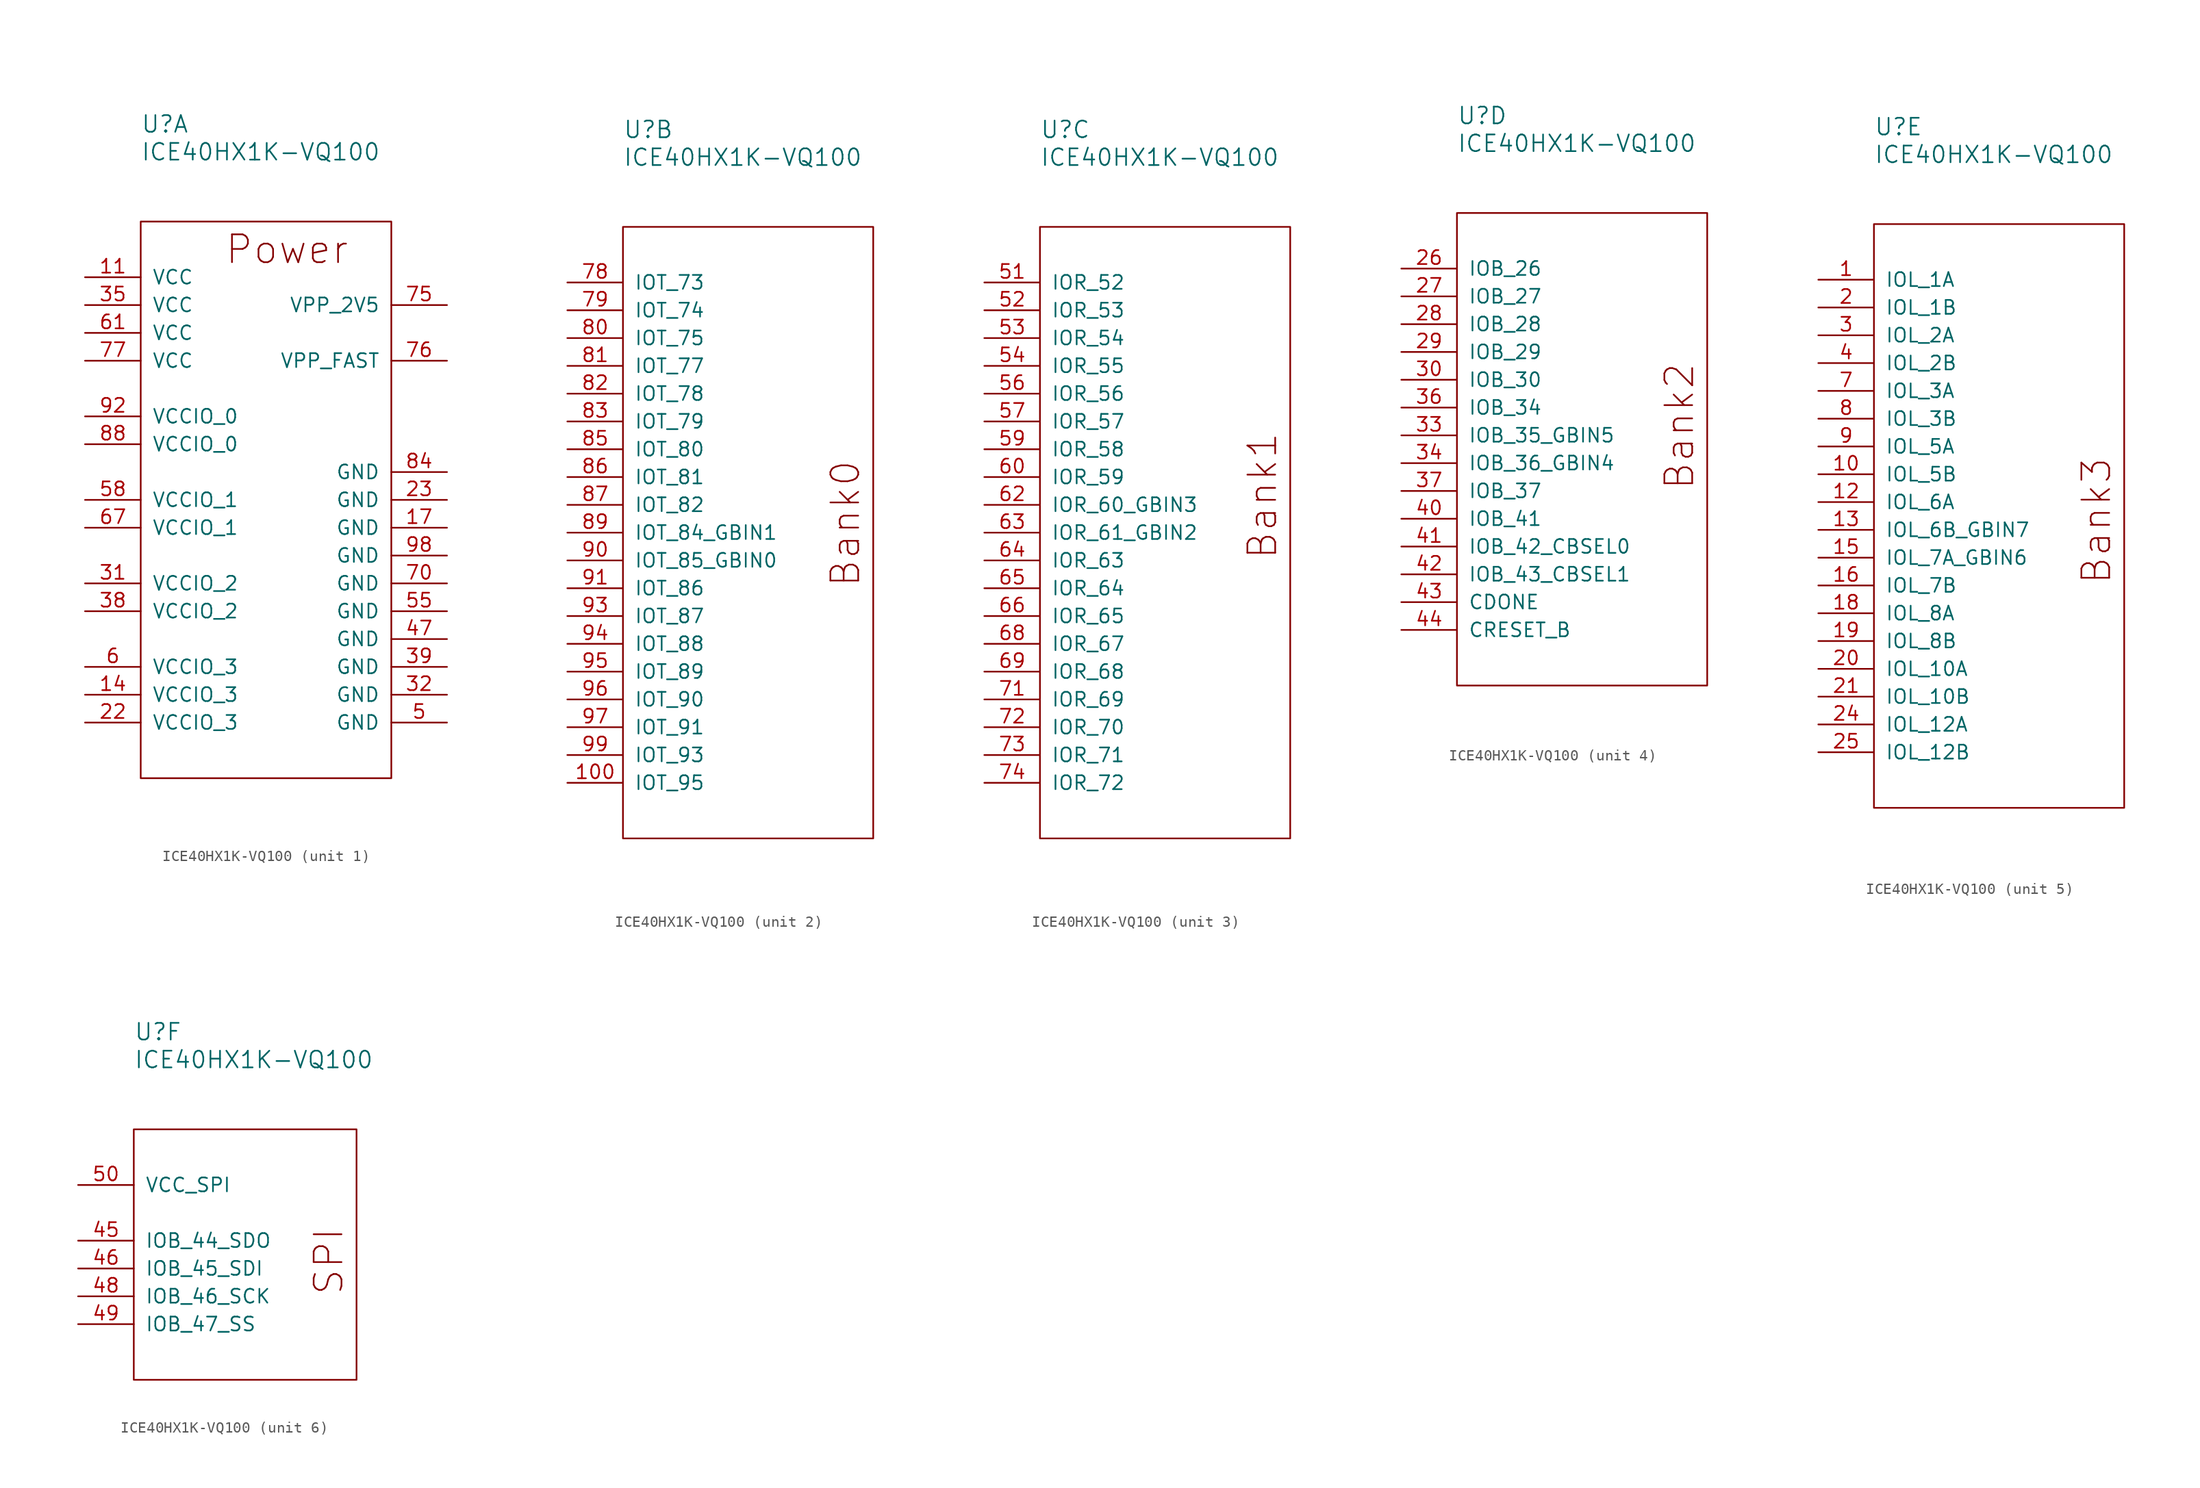
<source format=kicad_sym>
(kicad_symbol_lib
  (version 20211014)
  (generator kicad_symbol_editor)
  (symbol "ICE40HX1K-VQ100"
    (pin_names
      (offset 1.016))
    (property "Reference" "U"
      (at 0 8.89 0)
      (effects (font (size 1.524 1.524)) (justify left)))
    (property "Value" "ICE40HX1K-VQ100"
      (at 0 6.35 0)
      (effects (font (size 1.524 1.524)) (justify left)))
    (property "ki_locked" ""
      (at 0 0 0)
      (effects (font (size 1.27 1.27))))
    (symbol "ICE40HX1K-VQ100_1_0"
      (text "Power" (at 7.62 -2.54 0) (effects (font (size 2.54 2.54)) (justify left))))
    (symbol "ICE40HX1K-VQ100_1_1"
      (rectangle (start 0 0) (end 22.86 -50.8) (stroke (width 0.152) (type default) (color 0 0 0 0)) (fill (type none)))
      (pin passive line (at -5.08 -5.08 0) (length 5.08) (name "VCC" (effects (font (size 1.27 1.27)))) (number "11" (effects (font (size 1.27 1.27)))))
      (pin passive line (at -5.08 -43.18 0) (length 5.08) (name "VCCIO_3" (effects (font (size 1.27 1.27)))) (number "14" (effects (font (size 1.27 1.27)))))
      (pin passive line (at 27.94 -27.94 180) (length 5.08) (name "GND" (effects (font (size 1.27 1.27)))) (number "17" (effects (font (size 1.27 1.27)))))
      (pin passive line (at -5.08 -45.72 0) (length 5.08) (name "VCCIO_3" (effects (font (size 1.27 1.27)))) (number "22" (effects (font (size 1.27 1.27)))))
      (pin passive line (at 27.94 -25.4 180) (length 5.08) (name "GND" (effects (font (size 1.27 1.27)))) (number "23" (effects (font (size 1.27 1.27)))))
      (pin passive line (at -5.08 -33.02 0) (length 5.08) (name "VCCIO_2" (effects (font (size 1.27 1.27)))) (number "31" (effects (font (size 1.27 1.27)))))
      (pin passive line (at 27.94 -43.18 180) (length 5.08) (name "GND" (effects (font (size 1.27 1.27)))) (number "32" (effects (font (size 1.27 1.27)))))
      (pin passive line (at -5.08 -7.62 0) (length 5.08) (name "VCC" (effects (font (size 1.27 1.27)))) (number "35" (effects (font (size 1.27 1.27)))))
      (pin passive line (at -5.08 -35.56 0) (length 5.08) (name "VCCIO_2" (effects (font (size 1.27 1.27)))) (number "38" (effects (font (size 1.27 1.27)))))
      (pin passive line (at 27.94 -40.64 180) (length 5.08) (name "GND" (effects (font (size 1.27 1.27)))) (number "39" (effects (font (size 1.27 1.27)))))
      (pin passive line (at 27.94 -38.1 180) (length 5.08) (name "GND" (effects (font (size 1.27 1.27)))) (number "47" (effects (font (size 1.27 1.27)))))
      (pin passive line (at 27.94 -45.72 180) (length 5.08) (name "GND" (effects (font (size 1.27 1.27)))) (number "5" (effects (font (size 1.27 1.27)))))
      (pin passive line (at 27.94 -35.56 180) (length 5.08) (name "GND" (effects (font (size 1.27 1.27)))) (number "55" (effects (font (size 1.27 1.27)))))
      (pin passive line (at -5.08 -25.4 0) (length 5.08) (name "VCCIO_1" (effects (font (size 1.27 1.27)))) (number "58" (effects (font (size 1.27 1.27)))))
      (pin passive line (at -5.08 -40.64 0) (length 5.08) (name "VCCIO_3" (effects (font (size 1.27 1.27)))) (number "6" (effects (font (size 1.27 1.27)))))
      (pin passive line (at -5.08 -10.16 0) (length 5.08) (name "VCC" (effects (font (size 1.27 1.27)))) (number "61" (effects (font (size 1.27 1.27)))))
      (pin passive line (at -5.08 -27.94 0) (length 5.08) (name "VCCIO_1" (effects (font (size 1.27 1.27)))) (number "67" (effects (font (size 1.27 1.27)))))
      (pin passive line (at 27.94 -33.02 180) (length 5.08) (name "GND" (effects (font (size 1.27 1.27)))) (number "70" (effects (font (size 1.27 1.27)))))
      (pin passive line (at 27.94 -7.62 180) (length 5.08) (name "VPP_2V5" (effects (font (size 1.27 1.27)))) (number "75" (effects (font (size 1.27 1.27)))))
      (pin passive line (at 27.94 -12.7 180) (length 5.08) (name "VPP_FAST" (effects (font (size 1.27 1.27)))) (number "76" (effects (font (size 1.27 1.27)))))
      (pin passive line (at -5.08 -12.7 0) (length 5.08) (name "VCC" (effects (font (size 1.27 1.27)))) (number "77" (effects (font (size 1.27 1.27)))))
      (pin passive line (at 27.94 -22.86 180) (length 5.08) (name "GND" (effects (font (size 1.27 1.27)))) (number "84" (effects (font (size 1.27 1.27)))))
      (pin passive line (at -5.08 -20.32 0) (length 5.08) (name "VCCIO_0" (effects (font (size 1.27 1.27)))) (number "88" (effects (font (size 1.27 1.27)))))
      (pin passive line (at -5.08 -17.78 0) (length 5.08) (name "VCCIO_0" (effects (font (size 1.27 1.27)))) (number "92" (effects (font (size 1.27 1.27)))))
      (pin passive line (at 27.94 -30.48 180) (length 5.08) (name "GND" (effects (font (size 1.27 1.27)))) (number "98" (effects (font (size 1.27 1.27))))))
    (symbol "ICE40HX1K-VQ100_2_0"
      (text "Bank0" (at 20.32 -33.02 900) (effects (font (size 2.54 2.54)) (justify left))))
    (symbol "ICE40HX1K-VQ100_2_1"
      (rectangle (start 0 0) (end 22.86 -55.88) (stroke (width 0.152) (type default) (color 0 0 0 0)) (fill (type none)))
      (pin passive line (at -5.08 -50.8 0) (length 5.08) (name "IOT_95" (effects (font (size 1.27 1.27)))) (number "100" (effects (font (size 1.27 1.27)))))
      (pin passive line (at -5.08 -5.08 0) (length 5.08) (name "IOT_73" (effects (font (size 1.27 1.27)))) (number "78" (effects (font (size 1.27 1.27)))))
      (pin passive line (at -5.08 -7.62 0) (length 5.08) (name "IOT_74" (effects (font (size 1.27 1.27)))) (number "79" (effects (font (size 1.27 1.27)))))
      (pin passive line (at -5.08 -10.16 0) (length 5.08) (name "IOT_75" (effects (font (size 1.27 1.27)))) (number "80" (effects (font (size 1.27 1.27)))))
      (pin passive line (at -5.08 -12.7 0) (length 5.08) (name "IOT_77" (effects (font (size 1.27 1.27)))) (number "81" (effects (font (size 1.27 1.27)))))
      (pin passive line (at -5.08 -15.24 0) (length 5.08) (name "IOT_78" (effects (font (size 1.27 1.27)))) (number "82" (effects (font (size 1.27 1.27)))))
      (pin passive line (at -5.08 -17.78 0) (length 5.08) (name "IOT_79" (effects (font (size 1.27 1.27)))) (number "83" (effects (font (size 1.27 1.27)))))
      (pin passive line (at -5.08 -20.32 0) (length 5.08) (name "IOT_80" (effects (font (size 1.27 1.27)))) (number "85" (effects (font (size 1.27 1.27)))))
      (pin passive line (at -5.08 -22.86 0) (length 5.08) (name "IOT_81" (effects (font (size 1.27 1.27)))) (number "86" (effects (font (size 1.27 1.27)))))
      (pin passive line (at -5.08 -25.4 0) (length 5.08) (name "IOT_82" (effects (font (size 1.27 1.27)))) (number "87" (effects (font (size 1.27 1.27)))))
      (pin passive line (at -5.08 -27.94 0) (length 5.08) (name "IOT_84_GBIN1" (effects (font (size 1.27 1.27)))) (number "89" (effects (font (size 1.27 1.27)))))
      (pin passive line (at -5.08 -30.48 0) (length 5.08) (name "IOT_85_GBIN0" (effects (font (size 1.27 1.27)))) (number "90" (effects (font (size 1.27 1.27)))))
      (pin passive line (at -5.08 -33.02 0) (length 5.08) (name "IOT_86" (effects (font (size 1.27 1.27)))) (number "91" (effects (font (size 1.27 1.27)))))
      (pin passive line (at -5.08 -35.56 0) (length 5.08) (name "IOT_87" (effects (font (size 1.27 1.27)))) (number "93" (effects (font (size 1.27 1.27)))))
      (pin passive line (at -5.08 -38.1 0) (length 5.08) (name "IOT_88" (effects (font (size 1.27 1.27)))) (number "94" (effects (font (size 1.27 1.27)))))
      (pin passive line (at -5.08 -40.64 0) (length 5.08) (name "IOT_89" (effects (font (size 1.27 1.27)))) (number "95" (effects (font (size 1.27 1.27)))))
      (pin passive line (at -5.08 -43.18 0) (length 5.08) (name "IOT_90" (effects (font (size 1.27 1.27)))) (number "96" (effects (font (size 1.27 1.27)))))
      (pin passive line (at -5.08 -45.72 0) (length 5.08) (name "IOT_91" (effects (font (size 1.27 1.27)))) (number "97" (effects (font (size 1.27 1.27)))))
      (pin passive line (at -5.08 -48.26 0) (length 5.08) (name "IOT_93" (effects (font (size 1.27 1.27)))) (number "99" (effects (font (size 1.27 1.27))))))
    (symbol "ICE40HX1K-VQ100_3_0"
      (text "Bank1" (at 20.32 -30.48 900) (effects (font (size 2.54 2.54)) (justify left))))
    (symbol "ICE40HX1K-VQ100_3_1"
      (rectangle (start 0 0) (end 22.86 -55.88) (stroke (width 0.152) (type default) (color 0 0 0 0)) (fill (type none)))
      (pin passive line (at -5.08 -5.08 0) (length 5.08) (name "IOR_52" (effects (font (size 1.27 1.27)))) (number "51" (effects (font (size 1.27 1.27)))))
      (pin passive line (at -5.08 -7.62 0) (length 5.08) (name "IOR_53" (effects (font (size 1.27 1.27)))) (number "52" (effects (font (size 1.27 1.27)))))
      (pin passive line (at -5.08 -10.16 0) (length 5.08) (name "IOR_54" (effects (font (size 1.27 1.27)))) (number "53" (effects (font (size 1.27 1.27)))))
      (pin passive line (at -5.08 -12.7 0) (length 5.08) (name "IOR_55" (effects (font (size 1.27 1.27)))) (number "54" (effects (font (size 1.27 1.27)))))
      (pin passive line (at -5.08 -15.24 0) (length 5.08) (name "IOR_56" (effects (font (size 1.27 1.27)))) (number "56" (effects (font (size 1.27 1.27)))))
      (pin passive line (at -5.08 -17.78 0) (length 5.08) (name "IOR_57" (effects (font (size 1.27 1.27)))) (number "57" (effects (font (size 1.27 1.27)))))
      (pin passive line (at -5.08 -20.32 0) (length 5.08) (name "IOR_58" (effects (font (size 1.27 1.27)))) (number "59" (effects (font (size 1.27 1.27)))))
      (pin passive line (at -5.08 -22.86 0) (length 5.08) (name "IOR_59" (effects (font (size 1.27 1.27)))) (number "60" (effects (font (size 1.27 1.27)))))
      (pin passive line (at -5.08 -25.4 0) (length 5.08) (name "IOR_60_GBIN3" (effects (font (size 1.27 1.27)))) (number "62" (effects (font (size 1.27 1.27)))))
      (pin passive line (at -5.08 -27.94 0) (length 5.08) (name "IOR_61_GBIN2" (effects (font (size 1.27 1.27)))) (number "63" (effects (font (size 1.27 1.27)))))
      (pin passive line (at -5.08 -30.48 0) (length 5.08) (name "IOR_63" (effects (font (size 1.27 1.27)))) (number "64" (effects (font (size 1.27 1.27)))))
      (pin passive line (at -5.08 -33.02 0) (length 5.08) (name "IOR_64" (effects (font (size 1.27 1.27)))) (number "65" (effects (font (size 1.27 1.27)))))
      (pin passive line (at -5.08 -35.56 0) (length 5.08) (name "IOR_65" (effects (font (size 1.27 1.27)))) (number "66" (effects (font (size 1.27 1.27)))))
      (pin passive line (at -5.08 -38.1 0) (length 5.08) (name "IOR_67" (effects (font (size 1.27 1.27)))) (number "68" (effects (font (size 1.27 1.27)))))
      (pin passive line (at -5.08 -40.64 0) (length 5.08) (name "IOR_68" (effects (font (size 1.27 1.27)))) (number "69" (effects (font (size 1.27 1.27)))))
      (pin passive line (at -5.08 -43.18 0) (length 5.08) (name "IOR_69" (effects (font (size 1.27 1.27)))) (number "71" (effects (font (size 1.27 1.27)))))
      (pin passive line (at -5.08 -45.72 0) (length 5.08) (name "IOR_70" (effects (font (size 1.27 1.27)))) (number "72" (effects (font (size 1.27 1.27)))))
      (pin passive line (at -5.08 -48.26 0) (length 5.08) (name "IOR_71" (effects (font (size 1.27 1.27)))) (number "73" (effects (font (size 1.27 1.27)))))
      (pin passive line (at -5.08 -50.8 0) (length 5.08) (name "IOR_72" (effects (font (size 1.27 1.27)))) (number "74" (effects (font (size 1.27 1.27))))))
    (symbol "ICE40HX1K-VQ100_4_0"
      (text "Bank2" (at 20.32 -25.4 900) (effects (font (size 2.54 2.54)) (justify left))))
    (symbol "ICE40HX1K-VQ100_4_1"
      (rectangle (start 0 0) (end 22.86 -43.18) (stroke (width 0.152) (type default) (color 0 0 0 0)) (fill (type none)))
      (pin passive line (at -5.08 -5.08 0) (length 5.08) (name "IOB_26" (effects (font (size 1.27 1.27)))) (number "26" (effects (font (size 1.27 1.27)))))
      (pin passive line (at -5.08 -7.62 0) (length 5.08) (name "IOB_27" (effects (font (size 1.27 1.27)))) (number "27" (effects (font (size 1.27 1.27)))))
      (pin passive line (at -5.08 -10.16 0) (length 5.08) (name "IOB_28" (effects (font (size 1.27 1.27)))) (number "28" (effects (font (size 1.27 1.27)))))
      (pin passive line (at -5.08 -12.7 0) (length 5.08) (name "IOB_29" (effects (font (size 1.27 1.27)))) (number "29" (effects (font (size 1.27 1.27)))))
      (pin passive line (at -5.08 -15.24 0) (length 5.08) (name "IOB_30" (effects (font (size 1.27 1.27)))) (number "30" (effects (font (size 1.27 1.27)))))
      (pin passive line (at -5.08 -20.32 0) (length 5.08) (name "IOB_35_GBIN5" (effects (font (size 1.27 1.27)))) (number "33" (effects (font (size 1.27 1.27)))))
      (pin passive line (at -5.08 -22.86 0) (length 5.08) (name "IOB_36_GBIN4" (effects (font (size 1.27 1.27)))) (number "34" (effects (font (size 1.27 1.27)))))
      (pin passive line (at -5.08 -17.78 0) (length 5.08) (name "IOB_34" (effects (font (size 1.27 1.27)))) (number "36" (effects (font (size 1.27 1.27)))))
      (pin passive line (at -5.08 -25.4 0) (length 5.08) (name "IOB_37" (effects (font (size 1.27 1.27)))) (number "37" (effects (font (size 1.27 1.27)))))
      (pin passive line (at -5.08 -27.94 0) (length 5.08) (name "IOB_41" (effects (font (size 1.27 1.27)))) (number "40" (effects (font (size 1.27 1.27)))))
      (pin passive line (at -5.08 -30.48 0) (length 5.08) (name "IOB_42_CBSEL0" (effects (font (size 1.27 1.27)))) (number "41" (effects (font (size 1.27 1.27)))))
      (pin passive line (at -5.08 -33.02 0) (length 5.08) (name "IOB_43_CBSEL1" (effects (font (size 1.27 1.27)))) (number "42" (effects (font (size 1.27 1.27)))))
      (pin passive line (at -5.08 -35.56 0) (length 5.08) (name "CDONE" (effects (font (size 1.27 1.27)))) (number "43" (effects (font (size 1.27 1.27)))))
      (pin passive line (at -5.08 -38.1 0) (length 5.08) (name "CRESET_B" (effects (font (size 1.27 1.27)))) (number "44" (effects (font (size 1.27 1.27))))))
    (symbol "ICE40HX1K-VQ100_5_0"
      (text "Bank3" (at 20.32 -33.02 900) (effects (font (size 2.54 2.54)) (justify left))))
    (symbol "ICE40HX1K-VQ100_5_1"
      (rectangle (start 0 0) (end 22.86 -53.34) (stroke (width 0.152) (type default) (color 0 0 0 0)) (fill (type none)))
      (pin passive line (at -5.08 -5.08 0) (length 5.08) (name "IOL_1A" (effects (font (size 1.27 1.27)))) (number "1" (effects (font (size 1.27 1.27)))))
      (pin passive line (at -5.08 -22.86 0) (length 5.08) (name "IOL_5B" (effects (font (size 1.27 1.27)))) (number "10" (effects (font (size 1.27 1.27)))))
      (pin passive line (at -5.08 -25.4 0) (length 5.08) (name "IOL_6A" (effects (font (size 1.27 1.27)))) (number "12" (effects (font (size 1.27 1.27)))))
      (pin passive line (at -5.08 -27.94 0) (length 5.08) (name "IOL_6B_GBIN7" (effects (font (size 1.27 1.27)))) (number "13" (effects (font (size 1.27 1.27)))))
      (pin passive line (at -5.08 -30.48 0) (length 5.08) (name "IOL_7A_GBIN6" (effects (font (size 1.27 1.27)))) (number "15" (effects (font (size 1.27 1.27)))))
      (pin passive line (at -5.08 -33.02 0) (length 5.08) (name "IOL_7B" (effects (font (size 1.27 1.27)))) (number "16" (effects (font (size 1.27 1.27)))))
      (pin passive line (at -5.08 -35.56 0) (length 5.08) (name "IOL_8A" (effects (font (size 1.27 1.27)))) (number "18" (effects (font (size 1.27 1.27)))))
      (pin passive line (at -5.08 -38.1 0) (length 5.08) (name "IOL_8B" (effects (font (size 1.27 1.27)))) (number "19" (effects (font (size 1.27 1.27)))))
      (pin passive line (at -5.08 -7.62 0) (length 5.08) (name "IOL_1B" (effects (font (size 1.27 1.27)))) (number "2" (effects (font (size 1.27 1.27)))))
      (pin passive line (at -5.08 -40.64 0) (length 5.08) (name "IOL_10A" (effects (font (size 1.27 1.27)))) (number "20" (effects (font (size 1.27 1.27)))))
      (pin passive line (at -5.08 -43.18 0) (length 5.08) (name "IOL_10B" (effects (font (size 1.27 1.27)))) (number "21" (effects (font (size 1.27 1.27)))))
      (pin passive line (at -5.08 -45.72 0) (length 5.08) (name "IOL_12A" (effects (font (size 1.27 1.27)))) (number "24" (effects (font (size 1.27 1.27)))))
      (pin passive line (at -5.08 -48.26 0) (length 5.08) (name "IOL_12B" (effects (font (size 1.27 1.27)))) (number "25" (effects (font (size 1.27 1.27)))))
      (pin passive line (at -5.08 -10.16 0) (length 5.08) (name "IOL_2A" (effects (font (size 1.27 1.27)))) (number "3" (effects (font (size 1.27 1.27)))))
      (pin passive line (at -5.08 -12.7 0) (length 5.08) (name "IOL_2B" (effects (font (size 1.27 1.27)))) (number "4" (effects (font (size 1.27 1.27)))))
      (pin passive line (at -5.08 -15.24 0) (length 5.08) (name "IOL_3A" (effects (font (size 1.27 1.27)))) (number "7" (effects (font (size 1.27 1.27)))))
      (pin passive line (at -5.08 -17.78 0) (length 5.08) (name "IOL_3B" (effects (font (size 1.27 1.27)))) (number "8" (effects (font (size 1.27 1.27)))))
      (pin passive line (at -5.08 -20.32 0) (length 5.08) (name "IOL_5A" (effects (font (size 1.27 1.27)))) (number "9" (effects (font (size 1.27 1.27))))))
    (symbol "ICE40HX1K-VQ100_6_0"
      (text "SPI" (at 17.78 -15.24 900) (effects (font (size 2.54 2.54)) (justify left))))
    (symbol "ICE40HX1K-VQ100_6_1"
      (rectangle (start 0 0) (end 20.32 -22.86) (stroke (width 0.152) (type default) (color 0 0 0 0)) (fill (type none)))
      (pin passive line (at -5.08 -10.16 0) (length 5.08) (name "IOB_44_SDO" (effects (font (size 1.27 1.27)))) (number "45" (effects (font (size 1.27 1.27)))))
      (pin passive line (at -5.08 -12.7 0) (length 5.08) (name "IOB_45_SDI" (effects (font (size 1.27 1.27)))) (number "46" (effects (font (size 1.27 1.27)))))
      (pin passive line (at -5.08 -15.24 0) (length 5.08) (name "IOB_46_SCK" (effects (font (size 1.27 1.27)))) (number "48" (effects (font (size 1.27 1.27)))))
      (pin passive line (at -5.08 -17.78 0) (length 5.08) (name "IOB_47_SS" (effects (font (size 1.27 1.27)))) (number "49" (effects (font (size 1.27 1.27)))))
      (pin passive line (at -5.08 -5.08 0) (length 5.08) (name "VCC_SPI" (effects (font (size 1.27 1.27)))) (number "50" (effects (font (size 1.27 1.27))))))))
</source>
